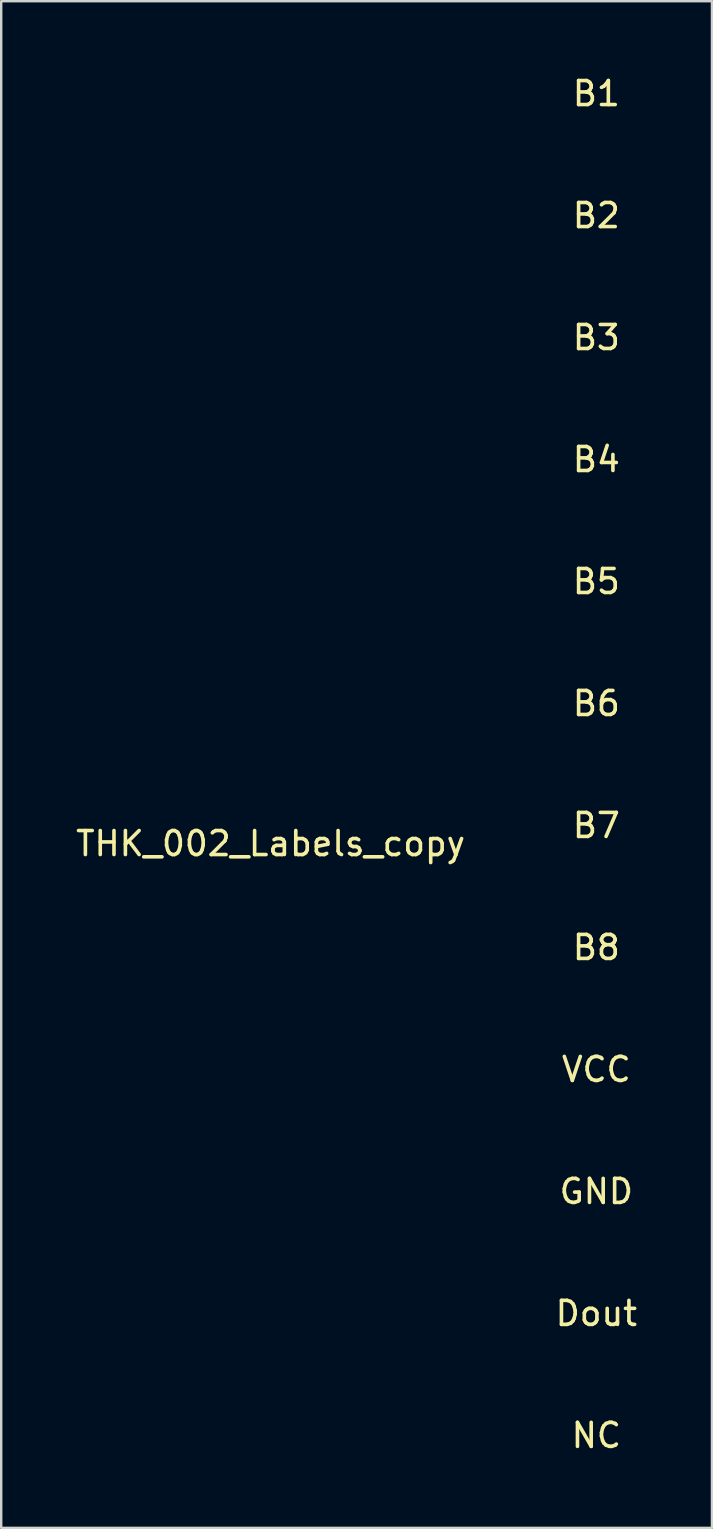
<source format=kicad_pcb>
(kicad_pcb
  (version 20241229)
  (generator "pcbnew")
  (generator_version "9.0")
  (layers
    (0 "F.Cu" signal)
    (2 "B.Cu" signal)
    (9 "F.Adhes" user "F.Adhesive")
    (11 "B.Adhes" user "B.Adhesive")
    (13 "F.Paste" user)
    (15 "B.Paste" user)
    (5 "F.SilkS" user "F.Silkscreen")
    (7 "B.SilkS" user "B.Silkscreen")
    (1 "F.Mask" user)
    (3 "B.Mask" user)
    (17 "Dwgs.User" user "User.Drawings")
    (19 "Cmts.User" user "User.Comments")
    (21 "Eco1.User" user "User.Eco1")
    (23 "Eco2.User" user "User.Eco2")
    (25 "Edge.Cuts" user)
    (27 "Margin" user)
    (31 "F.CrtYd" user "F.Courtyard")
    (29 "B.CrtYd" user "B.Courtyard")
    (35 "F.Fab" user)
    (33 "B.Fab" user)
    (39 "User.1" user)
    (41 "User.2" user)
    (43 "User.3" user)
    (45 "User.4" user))
  (footprint "THK_002_Labels_copy"
    (layer "F.Cu")
    (at 21.784 31.328)
    (property "Reference" "THK_002_Labels_copy" (at -13.564 0.754 0) (layer "F.SilkS") (effects (font (size 1 1) (thickness 0.15))))
    (attr through_hole)
    (fp_text user "B1" (at 0 -30.48 0) (layer "F.SilkS") (effects (font (size 1 1) (thickness 0.15))))
    (fp_text user "B4" (at 0 -15.24 0) (layer "F.SilkS") (effects (font (size 1 1) (thickness 0.15))))
    (fp_text user "B8" (at 0 5.08 0) (layer "F.SilkS") (effects (font (size 1 1) (thickness 0.15))))
    (fp_text user "B3" (at 0 -20.32 0) (layer "F.SilkS") (effects (font (size 1 1) (thickness 0.15))))
    (fp_text user "B7" (at 0 0 0) (layer "F.SilkS") (effects (font (size 1 1) (thickness 0.15))))
    (fp_text user "Dout" (at 0 20.32 0) (layer "F.SilkS") (effects (font (size 1 1) (thickness 0.15))))
    (fp_text user "B6" (at 0 -5.08 0) (layer "F.SilkS") (effects (font (size 1 1) (thickness 0.15))))
    (fp_text user "VCC" (at 0 10.16 0) (layer "F.SilkS") (effects (font (size 1 1) (thickness 0.15))))
    (fp_text user "B2" (at 0 -25.4 0) (layer "F.SilkS") (effects (font (size 1 1) (thickness 0.15))))
    (fp_text user "GND" (at 0 15.24 0) (layer "F.SilkS") (effects (font (size 1 1) (thickness 0.15))))
    (fp_text user "NC" (at 0 25.4 0) (layer "F.SilkS") (effects (font (size 1 1) (thickness 0.15))))
    (fp_text user "B5" (at 0 -10.16 0) (layer "F.SilkS") (effects (font (size 1 1) (thickness 0.15)))))
  (gr_rect
    (start -3 -3)
    (end 26.599 60.577)
    (stroke (width 0.1) (type default))
    (fill no)
    (layer "Edge.Cuts")))
</source>
